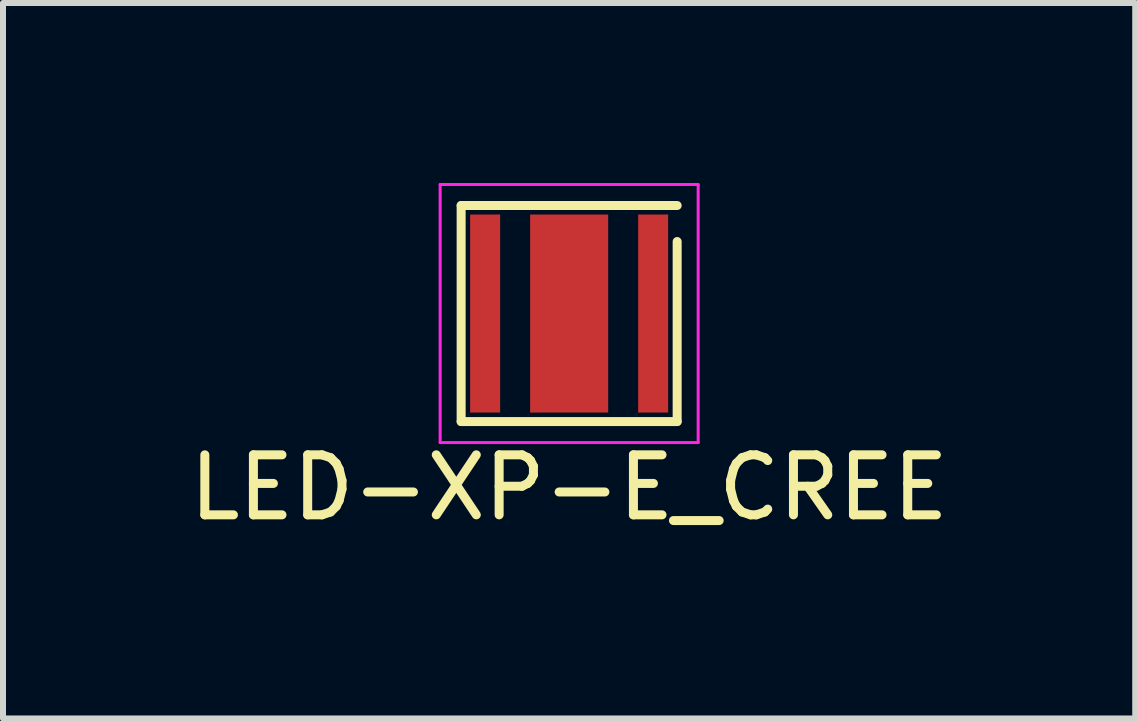
<source format=kicad_pcb>
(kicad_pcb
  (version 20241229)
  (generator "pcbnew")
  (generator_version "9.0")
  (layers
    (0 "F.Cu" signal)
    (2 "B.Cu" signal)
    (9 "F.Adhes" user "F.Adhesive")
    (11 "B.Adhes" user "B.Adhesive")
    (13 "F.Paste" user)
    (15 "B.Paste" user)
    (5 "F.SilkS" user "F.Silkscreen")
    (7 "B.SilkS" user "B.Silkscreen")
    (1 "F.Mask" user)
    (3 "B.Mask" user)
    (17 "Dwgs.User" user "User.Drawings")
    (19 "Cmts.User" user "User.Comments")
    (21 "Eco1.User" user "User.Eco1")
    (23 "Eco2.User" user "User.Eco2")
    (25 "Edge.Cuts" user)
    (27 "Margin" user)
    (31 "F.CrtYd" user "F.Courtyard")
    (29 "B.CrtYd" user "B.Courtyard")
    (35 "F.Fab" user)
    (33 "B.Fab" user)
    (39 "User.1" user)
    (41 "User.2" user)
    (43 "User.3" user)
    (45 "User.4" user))
  (footprint "LED-XP-E_CREE"
    (layer "F.Cu")
    (at 6.435 2.175)
    (property "Reference" "LED-XP-E_CREE" (at 0 2.9 0) (layer "F.SilkS") (effects (font (size 1 1) (thickness 0.15))))
    (attr smd)
    (fp_line (start -1.8 -1.8) (end 1.8 -1.8) (stroke (width 0.15) (type solid)) (layer "F.SilkS"))
    (fp_line (start -1.8 1.8) (end -1.8 -1.8) (stroke (width 0.15) (type solid)) (layer "F.SilkS"))
    (fp_line (start 1.8 -1.2) (end 1.8 1.8) (stroke (width 0.15) (type solid)) (layer "F.SilkS"))
    (fp_line (start 1.8 1.8) (end -1.8 1.8) (stroke (width 0.15) (type solid)) (layer "F.SilkS"))
    (fp_line (start -2.15 -2.15) (end 2.15 -2.15) (stroke (width 0.05) (type solid)) (layer "F.CrtYd"))
    (fp_line (start -2.15 2.15) (end -2.15 -2.15) (stroke (width 0.05) (type solid)) (layer "F.CrtYd"))
    (fp_line (start 2.15 -2.15) (end 2.15 2.15) (stroke (width 0.05) (type solid)) (layer "F.CrtYd"))
    (fp_line (start 2.15 2.15) (end -2.15 2.15) (stroke (width 0.05) (type solid)) (layer "F.CrtYd"))
    (pad "1" smd rect (at -1.4 0) (size 0.5 3.3) (layers "F.Cu" "F.Mask" "F.Paste"))
    (pad "2" smd rect (at 1.4 0) (size 0.5 3.3) (layers "F.Cu" "F.Mask" "F.Paste"))
    (pad "3" smd rect (at 0 0) (size 1.3 3.3) (layers "F.Cu" "F.Mask" "F.Paste")))
  (gr_rect
    (start -3 -3)
    (end 15.869 8.923)
    (stroke (width 0.1) (type default))
    (fill no)
    (layer "Edge.Cuts")))
</source>
